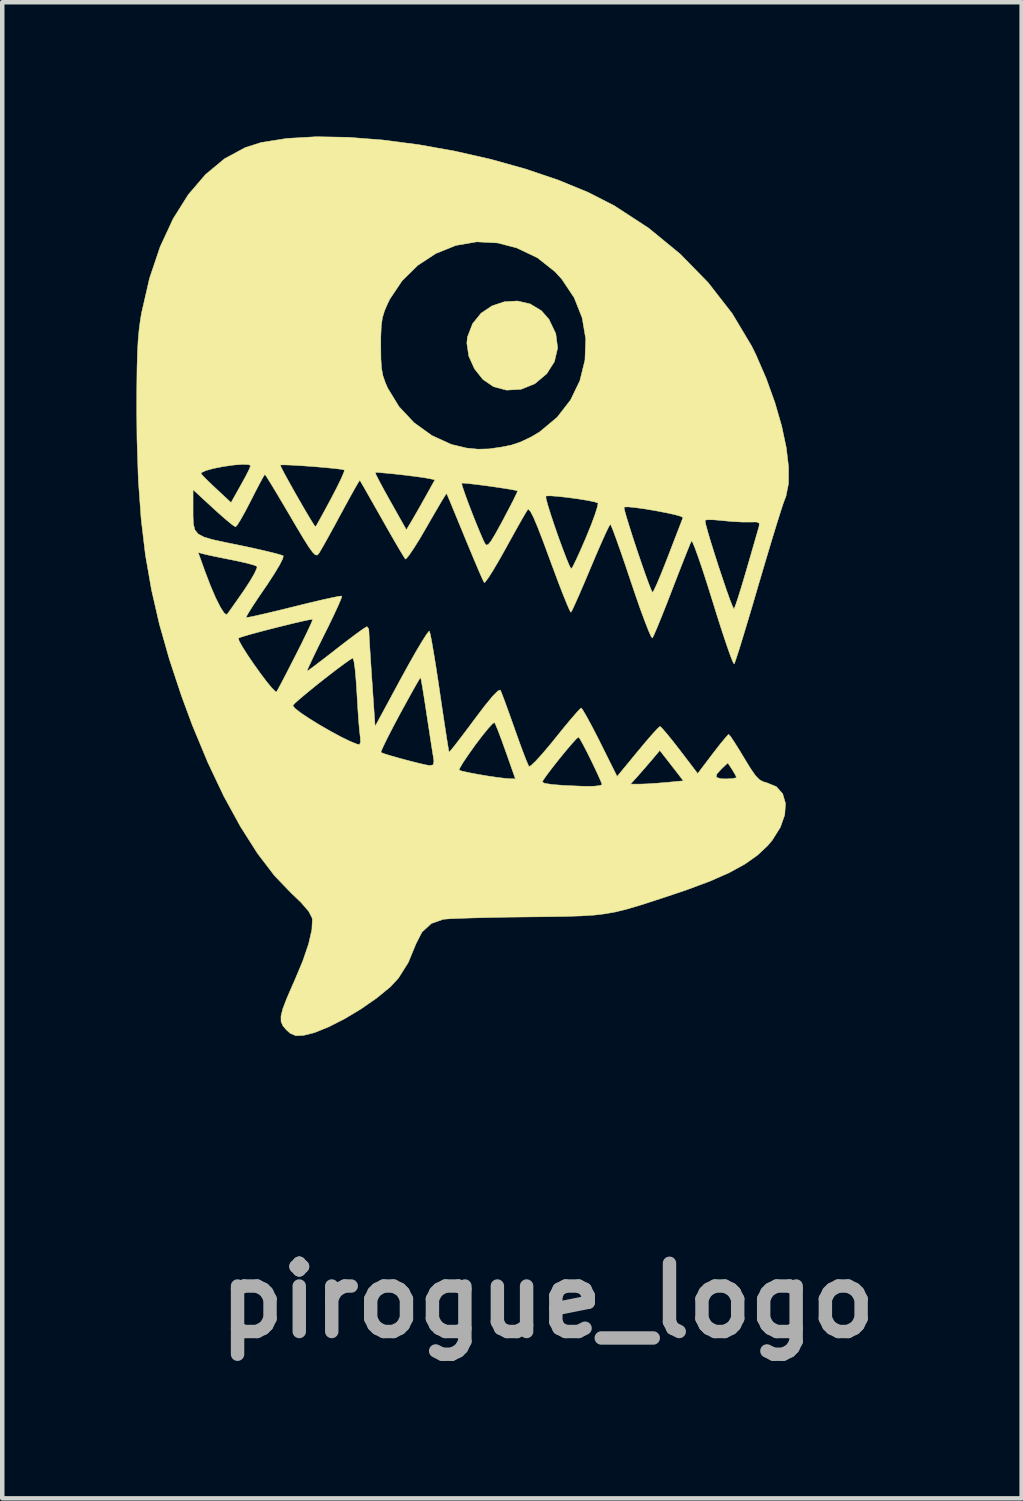
<source format=kicad_pcb>
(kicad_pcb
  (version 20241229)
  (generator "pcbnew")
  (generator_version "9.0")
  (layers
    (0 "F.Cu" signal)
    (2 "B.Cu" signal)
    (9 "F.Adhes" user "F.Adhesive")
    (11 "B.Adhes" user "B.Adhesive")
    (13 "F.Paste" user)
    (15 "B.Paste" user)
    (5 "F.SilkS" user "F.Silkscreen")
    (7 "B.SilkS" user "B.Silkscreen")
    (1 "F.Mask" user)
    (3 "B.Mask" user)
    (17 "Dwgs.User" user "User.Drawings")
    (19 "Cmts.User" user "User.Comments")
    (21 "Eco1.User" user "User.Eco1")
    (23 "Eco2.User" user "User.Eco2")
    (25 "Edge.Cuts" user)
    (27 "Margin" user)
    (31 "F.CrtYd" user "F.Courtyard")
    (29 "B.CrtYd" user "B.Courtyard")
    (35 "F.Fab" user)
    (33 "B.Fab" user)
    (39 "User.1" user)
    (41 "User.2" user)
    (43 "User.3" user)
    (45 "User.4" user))
  (footprint "pirogue_logo"
    (layer "F.Cu")
    (at 7.189 10.014)
    (property "Reference" "pirogue_logo" (at 2 16 0) (layer "F.Fab") (effects (font (size 1.524 1.524) (thickness 0.3))))
    (attr through_hole)
    (fp_poly (pts (xy 1.607 -6.273) (xy 1.859 -6.121) (xy 2.028 -5.929) (xy 2.181 -5.608) (xy 2.222 -5.288) (xy 2.15 -4.981) (xy 1.978 -4.712) (xy 1.712 -4.489) (xy 1.406 -4.365) (xy 1.081 -4.346) (xy 0.789 -4.423) (xy 0.553 -4.584) (xy 0.364 -4.822) (xy 0.237 -5.104) (xy 0.193 -5.395) (xy 0.207 -5.534) (xy 0.321 -5.83) (xy 0.51 -6.064) (xy 0.755 -6.229) (xy 1.034 -6.322) (xy 1.325 -6.338) (xy 1.607 -6.273)) (stroke (width 0.01) (type solid)) (fill yes) (layer "F.SilkS"))
    (fp_poly (pts (xy -2.449 -9.996) (xy -1.678 -9.935) (xy -0.879 -9.831) (xy -0.07 -9.686) (xy 0.732 -9.504) (xy 1.507 -9.287) (xy 2.237 -9.04) (xy 2.904 -8.766) (xy 3.489 -8.467) (xy 3.49 -8.466) (xy 4.258 -7.965) (xy 4.96 -7.389) (xy 5.585 -6.749) (xy 6.122 -6.059) (xy 6.558 -5.33) (xy 6.648 -5.148) (xy 6.884 -4.604) (xy 7.078 -4.065) (xy 7.228 -3.545) (xy 7.331 -3.06) (xy 7.383 -2.625) (xy 7.381 -2.257) (xy 7.323 -1.97) (xy 7.304 -1.923) (xy 7.265 -1.819) (xy 7.2 -1.619) (xy 7.111 -1.336) (xy 7.005 -0.989) (xy 6.886 -0.591) (xy 6.758 -0.159) (xy 6.711 0) (xy 6.585 0.431) (xy 6.467 0.826) (xy 6.363 1.17) (xy 6.277 1.45) (xy 6.212 1.65) (xy 6.174 1.759) (xy 6.167 1.773) (xy 6.14 1.731) (xy 6.084 1.591) (xy 6.005 1.367) (xy 5.907 1.074) (xy 5.795 0.726) (xy 5.689 0.384) (xy 5.569 0.001) (xy 5.459 -0.339) (xy 5.363 -0.62) (xy 5.287 -0.829) (xy 5.235 -0.952) (xy 5.212 -0.978) (xy 5.18 -0.904) (xy 5.113 -0.738) (xy 5.019 -0.5) (xy 4.905 -0.208) (xy 4.779 0.117) (xy 4.653 0.443) (xy 4.538 0.732) (xy 4.442 0.966) (xy 4.374 1.125) (xy 4.339 1.193) (xy 4.309 1.155) (xy 4.249 1.019) (xy 4.164 0.801) (xy 4.059 0.515) (xy 3.942 0.177) (xy 3.864 -0.053) (xy 3.741 -0.42) (xy 3.629 -0.746) (xy 3.533 -1.017) (xy 3.459 -1.217) (xy 3.412 -1.33) (xy 3.4 -1.349) (xy 3.367 -1.298) (xy 3.298 -1.155) (xy 3.2 -0.938) (xy 3.081 -0.664) (xy 2.959 -0.376) (xy 2.827 -0.063) (xy 2.709 0.211) (xy 2.613 0.427) (xy 2.547 0.569) (xy 2.519 0.618) (xy 2.49 0.572) (xy 2.428 0.43) (xy 2.339 0.21) (xy 2.229 -0.075) (xy 2.105 -0.408) (xy 2.049 -0.559) (xy 1.896 -0.974) (xy 1.775 -1.286) (xy 1.684 -1.502) (xy 1.617 -1.632) (xy 1.573 -1.683) (xy 1.553 -1.677) (xy 1.505 -1.6) (xy 1.412 -1.44) (xy 1.286 -1.216) (xy 1.138 -0.949) (xy 1.056 -0.8) (xy 0.904 -0.53) (xy 0.771 -0.305) (xy 0.665 -0.14) (xy 0.599 -0.054) (xy 0.582 -0.045) (xy 0.548 -0.111) (xy 0.479 -0.267) (xy 0.381 -0.496) (xy 0.263 -0.778) (xy 0.148 -1.056) (xy 0.02 -1.368) (xy -0.092 -1.639) (xy -0.18 -1.853) (xy -0.239 -1.992) (xy -0.259 -2.037) (xy -0.291 -1.994) (xy -0.37 -1.866) (xy -0.485 -1.67) (xy -0.628 -1.424) (xy -0.705 -1.289) (xy -0.858 -1.027) (xy -0.994 -0.81) (xy -1.1 -0.654) (xy -1.166 -0.576) (xy -1.181 -0.572) (xy -1.223 -0.636) (xy -1.312 -0.784) (xy -1.437 -0.998) (xy -1.588 -1.261) (xy -1.704 -1.467) (xy -1.865 -1.75) (xy -2.004 -1.995) (xy -2.112 -2.185) (xy -2.18 -2.302) (xy -2.198 -2.333) (xy -2.228 -2.289) (xy -2.304 -2.16) (xy -2.415 -1.961) (xy -2.551 -1.712) (xy -2.628 -1.57) (xy -2.78 -1.289) (xy -2.918 -1.038) (xy -3.03 -0.839) (xy -3.104 -0.713) (xy -3.122 -0.687) (xy -3.154 -0.659) (xy -3.195 -0.667) (xy -3.252 -0.723) (xy -3.336 -0.838) (xy -3.454 -1.025) (xy -3.615 -1.294) (xy -3.749 -1.523) (xy -3.924 -1.819) (xy -4.077 -2.077) (xy -4.201 -2.281) (xy -4.285 -2.415) (xy -4.32 -2.464) (xy -4.32 -2.464) (xy -4.352 -2.415) (xy -4.426 -2.281) (xy -4.528 -2.085) (xy -4.634 -1.877) (xy -4.756 -1.642) (xy -4.862 -1.452) (xy -4.94 -1.328) (xy -4.976 -1.291) (xy -5.036 -1.328) (xy -5.161 -1.429) (xy -5.332 -1.577) (xy -5.474 -1.706) (xy -5.925 -2.122) (xy -5.925 -1.772) (xy -5.925 -1.529) (xy -5.917 -1.351) (xy -5.884 -1.223) (xy -5.81 -1.131) (xy -5.681 -1.063) (xy -5.481 -1.004) (xy -5.194 -0.942) (xy -4.908 -0.884) (xy -4.587 -0.816) (xy -4.307 -0.752) (xy -4.086 -0.698) (xy -3.947 -0.658) (xy -3.908 -0.642) (xy -3.921 -0.58) (xy -3.991 -0.441) (xy -4.109 -0.244) (xy -4.262 -0.009) (xy -4.309 0.059) (xy -4.473 0.299) (xy -4.607 0.503) (xy -4.7 0.652) (xy -4.74 0.729) (xy -4.74 0.735) (xy -4.68 0.728) (xy -4.523 0.696) (xy -4.29 0.643) (xy -3.997 0.573) (xy -3.672 0.493) (xy -3.339 0.411) (xy -3.047 0.342) (xy -2.814 0.291) (xy -2.659 0.26) (xy -2.6 0.255) (xy -2.616 0.314) (xy -2.677 0.458) (xy -2.775 0.67) (xy -2.901 0.932) (xy -2.989 1.108) (xy -3.128 1.389) (xy -3.244 1.629) (xy -3.329 1.811) (xy -3.375 1.916) (xy -3.38 1.936) (xy -3.328 1.902) (xy -3.201 1.808) (xy -3.017 1.668) (xy -2.793 1.495) (xy -2.72 1.437) (xy -2.485 1.256) (xy -2.283 1.104) (xy -2.131 0.995) (xy -2.047 0.942) (xy -2.038 0.939) (xy -2.001 0.987) (xy -1.995 1.041) (xy -1.991 1.132) (xy -1.981 1.318) (xy -1.964 1.578) (xy -1.944 1.89) (xy -1.926 2.156) (xy -1.857 3.168) (xy -1.27 2.081) (xy -1.094 1.762) (xy -0.936 1.483) (xy -0.803 1.261) (xy -0.706 1.109) (xy -0.651 1.041) (xy -0.644 1.04) (xy -0.624 1.109) (xy -0.591 1.277) (xy -0.548 1.527) (xy -0.497 1.841) (xy -0.441 2.204) (xy -0.412 2.405) (xy -0.356 2.784) (xy -0.305 3.122) (xy -0.262 3.402) (xy -0.229 3.608) (xy -0.209 3.724) (xy -0.204 3.743) (xy -0.166 3.704) (xy -0.071 3.587) (xy 0.069 3.405) (xy 0.242 3.176) (xy 0.356 3.022) (xy 0.589 2.714) (xy 0.765 2.499) (xy 0.883 2.379) (xy 0.94 2.355) (xy 0.943 2.358) (xy 0.976 2.439) (xy 1.04 2.608) (xy 1.126 2.844) (xy 1.226 3.124) (xy 1.262 3.226) (xy 1.364 3.513) (xy 1.456 3.761) (xy 1.529 3.948) (xy 1.575 4.052) (xy 1.583 4.066) (xy 1.632 4.039) (xy 1.74 3.935) (xy 1.892 3.767) (xy 2.074 3.551) (xy 2.168 3.435) (xy 2.36 3.197) (xy 2.528 2.995) (xy 2.658 2.846) (xy 2.735 2.766) (xy 2.749 2.757) (xy 2.787 2.807) (xy 2.867 2.943) (xy 2.978 3.148) (xy 3.11 3.403) (xy 3.17 3.522) (xy 3.551 4.287) (xy 4.012 3.727) (xy 4.19 3.514) (xy 4.343 3.337) (xy 4.455 3.216) (xy 4.509 3.168) (xy 4.51 3.168) (xy 4.558 3.212) (xy 4.661 3.331) (xy 4.803 3.506) (xy 4.95 3.695) (xy 5.352 4.222) (xy 5.682 3.786) (xy 5.829 3.596) (xy 5.95 3.447) (xy 6.027 3.36) (xy 6.044 3.346) (xy 6.085 3.392) (xy 6.17 3.519) (xy 6.287 3.705) (xy 6.384 3.866) (xy 6.531 4.107) (xy 6.64 4.264) (xy 6.729 4.357) (xy 6.816 4.405) (xy 6.887 4.424) (xy 7.109 4.514) (xy 7.251 4.674) (xy 7.314 4.89) (xy 7.297 5.144) (xy 7.199 5.422) (xy 7.02 5.708) (xy 6.916 5.832) (xy 6.688 6.046) (xy 6.407 6.245) (xy 6.057 6.437) (xy 5.626 6.627) (xy 5.099 6.823) (xy 4.806 6.922) (xy 4.395 7.058) (xy 4.059 7.166) (xy 3.777 7.249) (xy 3.528 7.311) (xy 3.289 7.355) (xy 3.038 7.385) (xy 2.755 7.403) (xy 2.417 7.414) (xy 2.003 7.421) (xy 1.555 7.426) (xy 1.114 7.431) (xy 0.7 7.439) (xy 0.331 7.448) (xy 0.024 7.458) (xy -0.202 7.468) (xy -0.329 7.478) (xy -0.332 7.478) (xy -0.601 7.573) (xy -0.81 7.765) (xy -0.944 8.027) (xy -1.116 8.445) (xy -1.337 8.795) (xy -1.512 8.985) (xy -1.821 9.238) (xy -2.172 9.482) (xy -2.539 9.702) (xy -2.896 9.884) (xy -3.217 10.013) (xy -3.457 10.073) (xy -3.629 10.08) (xy -3.753 10.027) (xy -3.842 9.948) (xy -3.918 9.858) (xy -3.959 9.762) (xy -3.96 9.641) (xy -3.918 9.475) (xy -3.831 9.247) (xy -3.696 8.936) (xy -3.662 8.861) (xy -3.474 8.413) (xy -3.342 8.026) (xy -3.27 7.712) (xy -3.259 7.481) (xy -3.264 7.45) (xy -3.339 7.303) (xy -3.514 7.1) (xy -3.729 6.895) (xy -4.105 6.504) (xy -4.485 6.006) (xy -4.864 5.41) (xy -5.238 4.727) (xy -5.388 4.411) (xy 1.877 4.411) (xy 1.935 4.441) (xy 2.104 4.467) (xy 2.378 4.488) (xy 2.752 4.504) (xy 2.835 4.506) (xy 3.031 4.505) (xy 3.168 4.49) (xy 3.217 4.466) (xy 3.217 4.465) (xy 3.214 4.458) (xy 3.85 4.458) (xy 4.051 4.458) (xy 4.218 4.452) (xy 4.447 4.437) (xy 4.643 4.421) (xy 5.032 4.384) (xy 4.972 4.306) (xy 5.768 4.306) (xy 5.868 4.337) (xy 5.983 4.341) (xy 6.13 4.334) (xy 6.212 4.316) (xy 6.218 4.309) (xy 6.189 4.243) (xy 6.122 4.131) (xy 6.025 3.984) (xy 5.887 4.114) (xy 5.776 4.235) (xy 5.768 4.306) (xy 4.972 4.306) (xy 4.769 4.044) (xy 4.505 3.705) (xy 4.324 3.92) (xy 4.177 4.091) (xy 4.032 4.256) (xy 3.996 4.297) (xy 3.85 4.458) (xy 3.214 4.458) (xy 3.157 4.323) (xy 3.07 4.134) (xy 2.969 3.924) (xy 2.867 3.719) (xy 2.777 3.547) (xy 2.712 3.434) (xy 2.689 3.405) (xy 2.639 3.447) (xy 2.537 3.559) (xy 2.402 3.718) (xy 2.252 3.902) (xy 2.106 4.087) (xy 1.983 4.249) (xy 1.901 4.366) (xy 1.877 4.411) (xy -5.388 4.411) (xy -5.514 4.145) (xy 0.019 4.145) (xy 0.088 4.168) (xy 0.242 4.202) (xy 0.448 4.241) (xy 0.675 4.279) (xy 0.891 4.31) (xy 1.064 4.331) (xy 1.123 4.335) (xy 1.278 4.341) (xy 1.062 3.728) (xy 0.972 3.477) (xy 0.894 3.27) (xy 0.836 3.129) (xy 0.811 3.08) (xy 0.765 3.11) (xy 0.666 3.218) (xy 0.529 3.387) (xy 0.383 3.58) (xy 0.23 3.795) (xy 0.109 3.974) (xy 0.036 4.098) (xy 0.019 4.145) (xy -5.514 4.145) (xy -5.599 3.965) (xy -5.689 3.748) (xy -1.727 3.748) (xy -1.659 3.777) (xy -1.508 3.824) (xy -1.306 3.881) (xy -1.085 3.94) (xy -0.877 3.993) (xy -0.712 4.03) (xy -0.628 4.043) (xy -0.558 4.026) (xy -0.543 3.946) (xy -0.555 3.857) (xy -0.576 3.728) (xy -0.61 3.512) (xy -0.652 3.236) (xy -0.699 2.93) (xy -0.707 2.877) (xy -0.751 2.588) (xy -0.79 2.344) (xy -0.82 2.168) (xy -0.838 2.079) (xy -0.84 2.074) (xy -0.871 2.118) (xy -0.947 2.248) (xy -1.06 2.449) (xy -1.199 2.702) (xy -1.303 2.892) (xy -1.452 3.173) (xy -1.578 3.417) (xy -1.67 3.606) (xy -1.721 3.721) (xy -1.727 3.748) (xy -5.689 3.748) (xy -5.944 3.135) (xy -6.103 2.704) (xy -3.696 2.704) (xy -3.647 2.766) (xy -3.516 2.868) (xy -3.325 2.995) (xy -3.097 3.136) (xy -2.853 3.276) (xy -2.618 3.403) (xy -2.413 3.503) (xy -2.261 3.564) (xy -2.208 3.575) (xy -2.183 3.527) (xy -2.188 3.406) (xy -2.191 3.388) (xy -2.206 3.257) (xy -2.225 3.039) (xy -2.244 2.762) (xy -2.262 2.455) (xy -2.264 2.42) (xy -2.283 2.133) (xy -2.304 1.894) (xy -2.328 1.725) (xy -2.349 1.646) (xy -2.354 1.642) (xy -2.418 1.677) (xy -2.55 1.77) (xy -2.731 1.905) (xy -2.94 2.066) (xy -3.157 2.237) (xy -3.361 2.403) (xy -3.532 2.546) (xy -3.651 2.652) (xy -3.696 2.703) (xy -3.696 2.704) (xy -6.103 2.704) (xy -6.185 2.482) (xy -6.456 1.663) (xy -6.588 1.196) (xy -4.911 1.196) (xy -4.896 1.257) (xy -4.824 1.388) (xy -4.711 1.566) (xy -4.573 1.77) (xy -4.425 1.977) (xy -4.284 2.164) (xy -4.164 2.31) (xy -4.081 2.392) (xy -4.064 2.401) (xy -4.035 2.353) (xy -3.962 2.218) (xy -3.855 2.014) (xy -3.724 1.758) (xy -3.643 1.6) (xy -3.503 1.322) (xy -3.386 1.082) (xy -3.301 0.901) (xy -3.256 0.795) (xy -3.252 0.776) (xy -3.313 0.782) (xy -3.462 0.813) (xy -3.675 0.862) (xy -3.927 0.924) (xy -4.194 0.991) (xy -4.45 1.058) (xy -4.671 1.118) (xy -4.832 1.166) (xy -4.909 1.194) (xy -4.911 1.196) (xy -6.588 1.196) (xy -6.678 0.881) (xy -6.854 0.115) (xy -6.989 -0.66) (xy -6.996 -0.718) (xy -5.81 -0.718) (xy -5.655 -0.286) (xy -5.536 0.025) (xy -5.421 0.293) (xy -5.317 0.5) (xy -5.232 0.632) (xy -5.176 0.673) (xy -5.167 0.667) (xy -5.117 0.599) (xy -5.017 0.458) (xy -4.883 0.267) (xy -4.785 0.126) (xy -4.649 -0.083) (xy -4.549 -0.256) (xy -4.497 -0.373) (xy -4.497 -0.409) (xy -4.574 -0.439) (xy -4.736 -0.483) (xy -4.954 -0.532) (xy -5.045 -0.55) (xy -5.29 -0.599) (xy -5.504 -0.643) (xy -5.65 -0.676) (xy -5.677 -0.683) (xy -5.81 -0.718) (xy -6.996 -0.718) (xy -7.085 -1.466) (xy -7.147 -2.326) (xy -7.153 -2.486) (xy -5.749 -2.486) (xy -5.709 -2.436) (xy -5.603 -2.328) (xy -5.452 -2.183) (xy -5.412 -2.146) (xy -5.076 -1.833) (xy -4.858 -2.222) (xy -4.752 -2.415) (xy -4.674 -2.569) (xy -4.638 -2.656) (xy -4.637 -2.662) (xy -4.66 -2.671) (xy -3.977 -2.671) (xy -3.955 -2.618) (xy -3.887 -2.487) (xy -3.785 -2.301) (xy -3.662 -2.081) (xy -3.531 -1.852) (xy -3.406 -1.636) (xy -3.298 -1.455) (xy -3.221 -1.332) (xy -3.189 -1.291) (xy -3.159 -1.339) (xy -3.085 -1.471) (xy -2.978 -1.667) (xy -2.849 -1.906) (xy -2.846 -1.912) (xy -2.72 -2.154) (xy -2.62 -2.357) (xy -2.558 -2.5) (xy -2.556 -2.505) (xy -1.855 -2.505) (xy -1.834 -2.451) (xy -1.765 -2.316) (xy -1.659 -2.118) (xy -1.526 -1.879) (xy -1.514 -1.858) (xy -1.158 -1.225) (xy -1.059 -1.39) (xy -0.981 -1.523) (xy -0.869 -1.718) (xy -0.748 -1.934) (xy -0.74 -1.948) (xy -0.562 -2.267) (xy 0.077 -2.267) (xy 0.089 -2.208) (xy 0.136 -2.066) (xy 0.208 -1.867) (xy 0.296 -1.636) (xy 0.39 -1.398) (xy 0.48 -1.179) (xy 0.555 -1.005) (xy 0.597 -0.919) (xy 0.629 -0.883) (xy 0.671 -0.896) (xy 0.733 -0.971) (xy 0.825 -1.123) (xy 0.957 -1.362) (xy 1 -1.442) (xy 1.129 -1.687) (xy 1.234 -1.89) (xy 1.276 -1.977) (xy 1.958 -1.977) (xy 1.965 -1.914) (xy 2.005 -1.766) (xy 2.071 -1.556) (xy 2.153 -1.309) (xy 2.244 -1.049) (xy 2.335 -0.8) (xy 2.417 -0.585) (xy 2.482 -0.429) (xy 2.523 -0.355) (xy 2.527 -0.353) (xy 2.561 -0.403) (xy 2.63 -0.543) (xy 2.725 -0.75) (xy 2.837 -1.007) (xy 2.863 -1.069) (xy 2.972 -1.336) (xy 3.056 -1.564) (xy 3.109 -1.731) (xy 3.706 -1.731) (xy 3.715 -1.67) (xy 3.756 -1.522) (xy 3.822 -1.307) (xy 3.904 -1.049) (xy 3.996 -0.769) (xy 4.091 -0.49) (xy 4.18 -0.234) (xy 4.257 -0.023) (xy 4.314 0.121) (xy 4.343 0.176) (xy 4.343 0.176) (xy 4.375 0.124) (xy 4.441 -0.018) (xy 4.531 -0.232) (xy 4.637 -0.498) (xy 4.689 -0.631) (xy 4.8 -0.92) (xy 4.897 -1.172) (xy 4.972 -1.365) (xy 4.999 -1.436) (xy 5.514 -1.436) (xy 5.531 -1.348) (xy 5.577 -1.179) (xy 5.645 -0.95) (xy 5.729 -0.683) (xy 5.82 -0.398) (xy 5.914 -0.117) (xy 6.001 0.139) (xy 6.076 0.348) (xy 6.132 0.49) (xy 6.161 0.544) (xy 6.163 0.544) (xy 6.192 0.474) (xy 6.247 0.312) (xy 6.32 0.08) (xy 6.405 -0.204) (xy 6.448 -0.352) (xy 6.537 -0.658) (xy 6.615 -0.929) (xy 6.677 -1.144) (xy 6.716 -1.278) (xy 6.724 -1.307) (xy 6.727 -1.374) (xy 6.664 -1.4) (xy 6.53 -1.398) (xy 6.351 -1.398) (xy 6.113 -1.411) (xy 5.91 -1.43) (xy 5.713 -1.448) (xy 5.571 -1.45) (xy 5.514 -1.437) (xy 5.514 -1.436) (xy 4.999 -1.436) (xy 5.016 -1.479) (xy 5.024 -1.498) (xy 4.978 -1.525) (xy 4.844 -1.563) (xy 4.648 -1.606) (xy 4.419 -1.65) (xy 4.183 -1.69) (xy 3.968 -1.72) (xy 3.803 -1.737) (xy 3.713 -1.734) (xy 3.706 -1.731) (xy 3.109 -1.731) (xy 3.11 -1.732) (xy 3.125 -1.818) (xy 3.122 -1.823) (xy 3.046 -1.85) (xy 2.887 -1.882) (xy 2.678 -1.916) (xy 2.45 -1.947) (xy 2.235 -1.971) (xy 2.063 -1.984) (xy 1.967 -1.981) (xy 1.958 -1.977) (xy 1.276 -1.977) (xy 1.303 -2.032) (xy 1.328 -2.093) (xy 1.328 -2.094) (xy 1.264 -2.111) (xy 1.114 -2.138) (xy 0.909 -2.17) (xy 0.677 -2.203) (xy 0.448 -2.233) (xy 0.253 -2.256) (xy 0.119 -2.268) (xy 0.077 -2.267) (xy -0.562 -2.267) (xy -0.52 -2.342) (xy -0.656 -2.372) (xy -0.781 -2.393) (xy -0.971 -2.419) (xy -1.197 -2.447) (xy -1.428 -2.473) (xy -1.635 -2.493) (xy -1.787 -2.506) (xy -1.854 -2.506) (xy -1.855 -2.505) (xy -2.556 -2.505) (xy -2.541 -2.561) (xy -2.541 -2.561) (xy -2.607 -2.576) (xy -2.761 -2.595) (xy -2.975 -2.616) (xy -3.222 -2.637) (xy -3.472 -2.655) (xy -3.699 -2.669) (xy -3.873 -2.676) (xy -3.968 -2.674) (xy -3.977 -2.671) (xy -4.66 -2.671) (xy -4.688 -2.683) (xy -4.826 -2.687) (xy -5.001 -2.674) (xy -5.245 -2.64) (xy -5.467 -2.596) (xy -5.641 -2.548) (xy -5.738 -2.503) (xy -5.749 -2.486) (xy -7.153 -2.486) (xy -7.178 -3.263) (xy -7.184 -3.901) (xy -7.182 -4.421) (xy -7.177 -4.843) (xy -7.167 -5.185) (xy -7.159 -5.338) (xy -1.73 -5.338) (xy -1.727 -5.045) (xy -1.713 -4.833) (xy -1.682 -4.668) (xy -1.629 -4.513) (xy -1.573 -4.387) (xy -1.321 -3.975) (xy -0.986 -3.618) (xy -0.589 -3.332) (xy -0.153 -3.133) (xy 0.186 -3.052) (xy 0.44 -3.027) (xy 0.686 -3.033) (xy 0.97 -3.074) (xy 1.191 -3.119) (xy 1.391 -3.186) (xy 1.627 -3.298) (xy 1.819 -3.412) (xy 2.211 -3.739) (xy 2.511 -4.126) (xy 2.719 -4.557) (xy 2.832 -5.016) (xy 2.85 -5.489) (xy 2.771 -5.959) (xy 2.592 -6.411) (xy 2.314 -6.828) (xy 2.164 -6.992) (xy 1.77 -7.304) (xy 1.305 -7.525) (xy 0.881 -7.635) (xy 0.413 -7.66) (xy -0.053 -7.579) (xy -0.498 -7.4) (xy -0.903 -7.135) (xy -1.252 -6.792) (xy -1.527 -6.382) (xy -1.573 -6.289) (xy -1.646 -6.12) (xy -1.693 -5.966) (xy -1.718 -5.792) (xy -1.729 -5.561) (xy -1.73 -5.338) (xy -7.159 -5.338) (xy -7.152 -5.467) (xy -7.13 -5.707) (xy -7.101 -5.923) (xy -7.076 -6.071) (xy -6.897 -6.848) (xy -6.66 -7.551) (xy -6.37 -8.176) (xy -6.031 -8.716) (xy -5.646 -9.165) (xy -5.222 -9.517) (xy -4.761 -9.766) (xy -4.403 -9.88) (xy -3.829 -9.971) (xy -3.172 -10.009) (xy -2.449 -9.996)) (stroke (width 0.01) (type solid)) (fill yes) (layer "F.SilkS")))
  (gr_rect
    (start -3 -3)
    (end 19.78 30.432)
    (stroke (width 0.1) (type default))
    (fill no)
    (layer "Edge.Cuts")))
</source>
